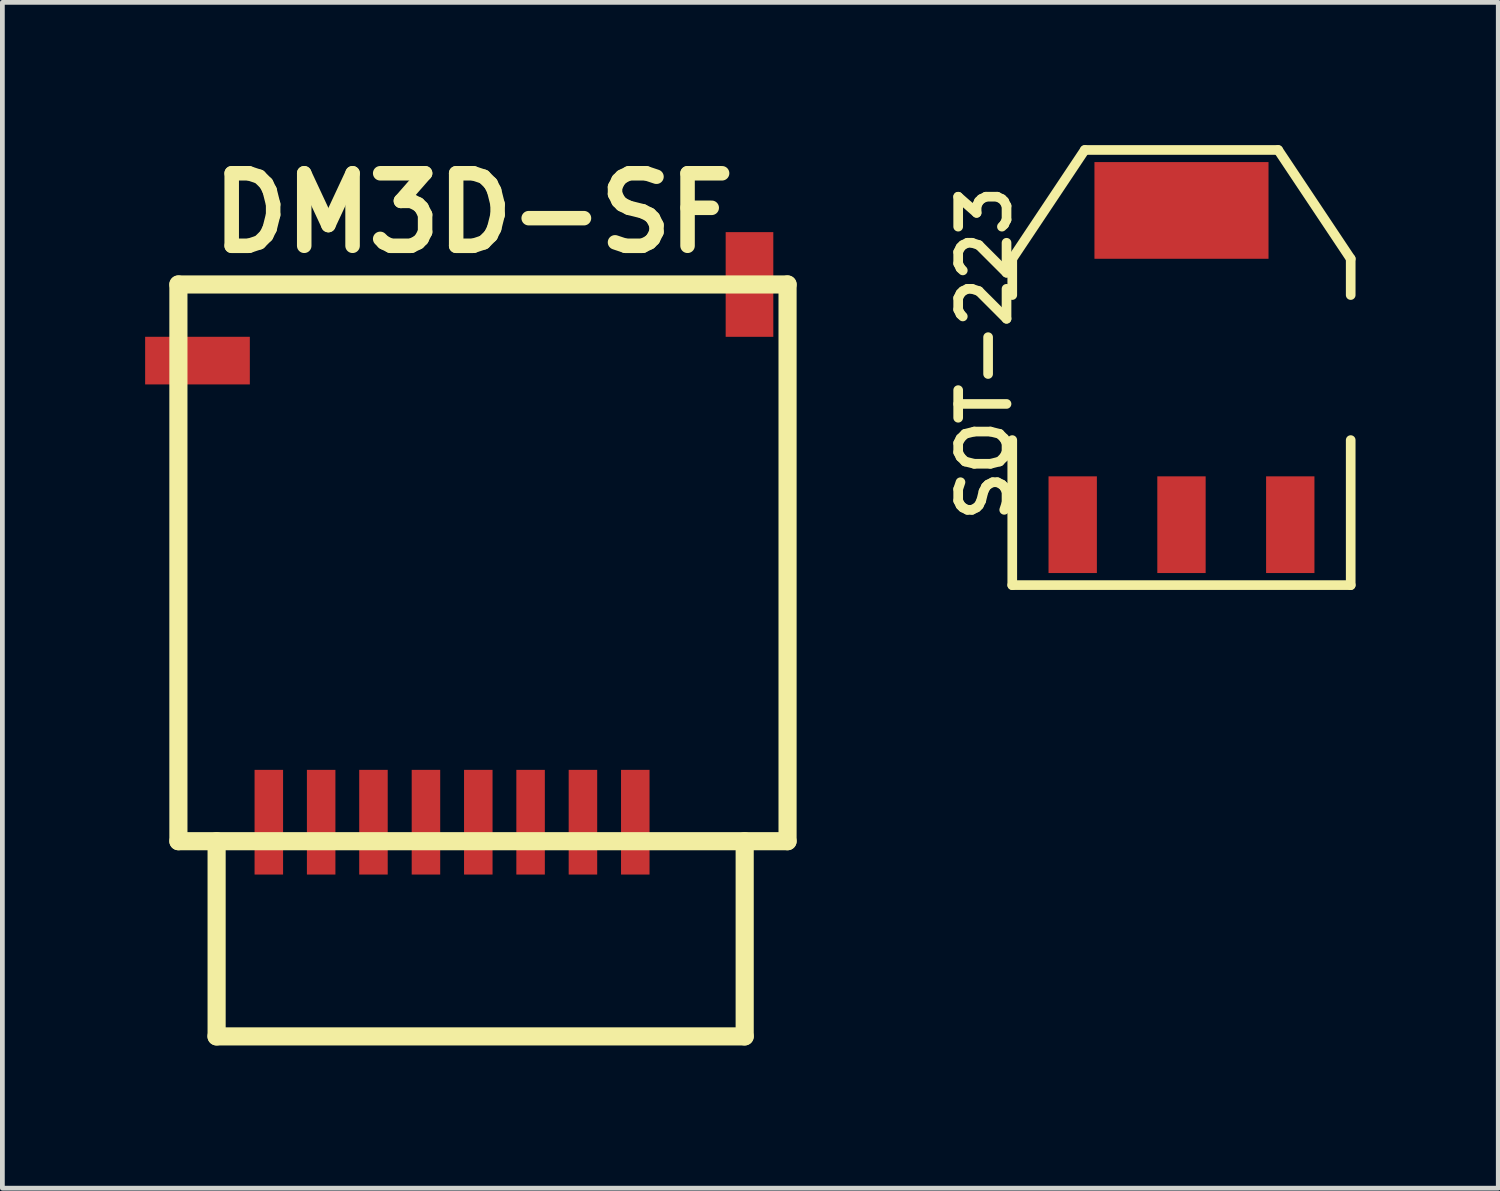
<source format=kicad_pcb>
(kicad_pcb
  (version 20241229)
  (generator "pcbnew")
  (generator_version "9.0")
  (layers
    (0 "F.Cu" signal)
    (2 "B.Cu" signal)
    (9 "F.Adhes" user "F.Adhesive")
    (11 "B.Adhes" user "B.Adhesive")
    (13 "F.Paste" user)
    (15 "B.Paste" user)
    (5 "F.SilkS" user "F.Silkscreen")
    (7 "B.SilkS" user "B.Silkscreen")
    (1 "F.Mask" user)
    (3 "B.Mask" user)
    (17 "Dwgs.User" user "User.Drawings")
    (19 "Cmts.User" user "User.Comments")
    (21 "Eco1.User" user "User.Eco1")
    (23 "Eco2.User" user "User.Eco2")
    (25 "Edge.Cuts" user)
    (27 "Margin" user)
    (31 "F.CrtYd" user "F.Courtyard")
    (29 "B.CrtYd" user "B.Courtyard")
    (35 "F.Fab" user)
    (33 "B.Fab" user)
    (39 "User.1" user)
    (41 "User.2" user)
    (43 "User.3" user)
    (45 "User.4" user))
  (footprint "DM3D-SF"
    (layer "F.Cu")
    (at 6.899 10.827)
    (property "Reference" "DM3D-SF" (at 0 -9.401 0) (layer "F.SilkS") (effects (font (size 1.524 1.524) (thickness 0.305))))
    (attr through_hole)
    (fp_line (start -6.2 -7.899) (end 6.601 -7.899) (stroke (width 0.381) (type solid)) (layer "F.SilkS"))
    (fp_line (start -6.2 3.8) (end -6.2 -7.899) (stroke (width 0.381) (type solid)) (layer "F.SilkS"))
    (fp_line (start -5.4 7.902) (end 5.7 7.902) (stroke (width 0.381) (type solid)) (layer "F.SilkS"))
    (fp_line (start -5.397 3.8) (end -5.397 7.902) (stroke (width 0.381) (type solid)) (layer "F.SilkS"))
    (fp_line (start 5.7 7.902) (end 5.7 3.8) (stroke (width 0.381) (type solid)) (layer "F.SilkS"))
    (fp_line (start 6.601 -7.899) (end 6.601 3.8) (stroke (width 0.381) (type solid)) (layer "F.SilkS"))
    (fp_line (start 6.601 3.8) (end -6.2 3.8) (stroke (width 0.381) (type solid)) (layer "F.SilkS"))
    (pad "1" smd trapezoid (at 3.401 3.401) (size 0.599 2.2) (layers "F.Cu" "F.Mask" "F.Paste"))
    (pad "2" smd trapezoid (at 2.301 3.401) (size 0.599 2.2) (layers "F.Cu" "F.Mask" "F.Paste"))
    (pad "3" smd trapezoid (at 1.201 3.401) (size 0.599 2.2) (layers "F.Cu" "F.Mask" "F.Paste"))
    (pad "4" smd trapezoid (at 0.102 3.401) (size 0.599 2.2) (layers "F.Cu" "F.Mask" "F.Paste"))
    (pad "5" smd trapezoid (at -0.998 3.401) (size 0.599 2.2) (layers "F.Cu" "F.Mask" "F.Paste"))
    (pad "6" smd trapezoid (at -2.101 3.401) (size 0.599 2.2) (layers "F.Cu" "F.Mask" "F.Paste"))
    (pad "7" smd trapezoid (at -3.2 3.401) (size 0.599 2.2) (layers "F.Cu" "F.Mask" "F.Paste"))
    (pad "8" smd trapezoid (at -4.3 3.401) (size 0.599 2.2) (layers "F.Cu" "F.Mask" "F.Paste"))
    (pad "A" smd trapezoid (at 5.801 -7.899) (size 1.001 2.2) (layers "F.Cu" "F.Mask" "F.Paste"))
    (pad "B" smd trapezoid (at -5.799 -6.299) (size 2.2 1.001) (layers "F.Cu" "F.Mask" "F.Paste")))
  (footprint "SOT-223"
    (layer "F.Cu")
    (at 21.778 4.674)
    (property "Reference" "SOT-223" (at -4.136 -0.3 270) (layer "F.SilkS") (effects (font (size 1.016 1.016) (thickness 0.203))))
    (attr smd)
    (fp_line (start -3.556 -2.286) (end -2.032 -4.572) (stroke (width 0.203) (type solid)) (layer "F.SilkS"))
    (fp_line (start -3.556 -1.524) (end -3.556 -2.286) (stroke (width 0.203) (type solid)) (layer "F.SilkS"))
    (fp_line (start -3.556 1.524) (end -3.556 4.572) (stroke (width 0.203) (type solid)) (layer "F.SilkS"))
    (fp_line (start -3.556 4.572) (end 3.556 4.572) (stroke (width 0.203) (type solid)) (layer "F.SilkS"))
    (fp_line (start -2.032 -4.572) (end 2.032 -4.572) (stroke (width 0.203) (type solid)) (layer "F.SilkS"))
    (fp_line (start 2.032 -4.572) (end 3.556 -2.286) (stroke (width 0.203) (type solid)) (layer "F.SilkS"))
    (fp_line (start 3.556 -2.286) (end 3.556 -1.524) (stroke (width 0.203) (type solid)) (layer "F.SilkS"))
    (fp_line (start 3.556 4.572) (end 3.556 1.524) (stroke (width 0.203) (type solid)) (layer "F.SilkS"))
    (pad "1" smd rect (at -2.286 3.302) (size 1.016 2.032) (layers "F.Cu" "F.Mask" "F.Paste"))
    (pad "2" smd rect (at 0 -3.302) (size 3.658 2.032) (layers "F.Cu" "F.Mask" "F.Paste"))
    (pad "2" smd rect (at 0 3.302) (size 1.016 2.032) (layers "F.Cu" "F.Mask" "F.Paste"))
    (pad "3" smd rect (at 2.286 3.302) (size 1.016 2.032) (layers "F.Cu" "F.Mask" "F.Paste")))
  (gr_rect
    (start -3 -3)
    (end 28.435 21.919)
    (stroke (width 0.1) (type default))
    (fill no)
    (layer "Edge.Cuts")))
</source>
